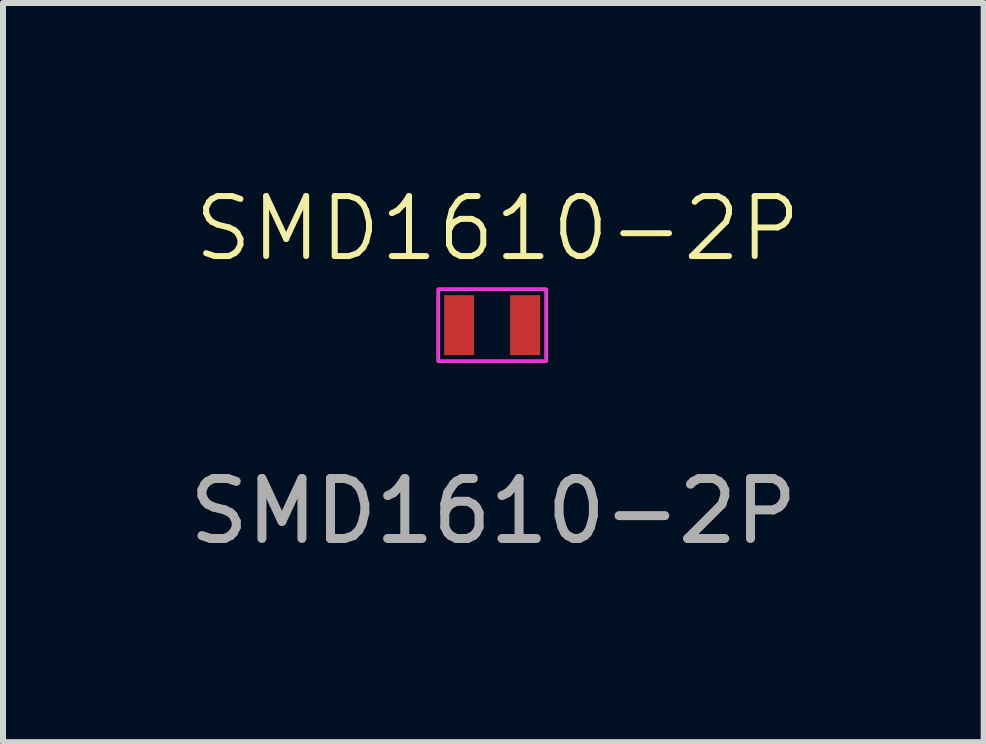
<source format=kicad_pcb>
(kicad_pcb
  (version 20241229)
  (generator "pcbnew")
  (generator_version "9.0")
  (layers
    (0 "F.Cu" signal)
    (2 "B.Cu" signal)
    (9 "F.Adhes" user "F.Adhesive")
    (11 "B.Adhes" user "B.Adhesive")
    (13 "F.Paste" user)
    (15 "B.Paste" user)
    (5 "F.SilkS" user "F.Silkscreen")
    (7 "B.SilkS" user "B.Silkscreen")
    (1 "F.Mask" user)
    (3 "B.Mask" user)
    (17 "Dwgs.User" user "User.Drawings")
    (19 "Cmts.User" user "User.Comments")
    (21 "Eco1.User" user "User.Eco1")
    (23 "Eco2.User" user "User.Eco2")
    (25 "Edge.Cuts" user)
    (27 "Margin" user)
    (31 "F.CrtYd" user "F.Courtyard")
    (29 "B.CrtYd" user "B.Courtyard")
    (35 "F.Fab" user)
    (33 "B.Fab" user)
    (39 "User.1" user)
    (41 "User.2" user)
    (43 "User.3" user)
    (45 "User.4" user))
  (footprint "SMD1610-2P"
    (layer "F.Cu")
    (at 5.153 2.37)
    (property "Reference" "SMD1610-2P" (at 0.09 -1.61 0) (unlocked yes) (layer "F.SilkS") (effects (font (size 1 1) (thickness 0.1))))
    (attr smd)
    (fp_rect (start -0.9 -0.6) (end 0.9 0.6) (stroke (width 0.05) (type default)) (fill no) (layer "F.SilkS"))
    (fp_rect (start -0.9 -0.6) (end 0.9 0.6) (stroke (width 0.05) (type default)) (fill no) (layer "F.CrtYd"))
    (fp_text user "${REFERENCE}" (at 0.02 3.1 0) (unlocked yes) (layer "F.Fab") (effects (font (size 1 1) (thickness 0.15))))
    (pad "1" smd rect (at -0.55 0) (size 0.5 1) (layers "F.Cu" "F.Mask" "F.Paste"))
    (pad "2" smd rect (at 0.55 0) (size 0.5 1) (layers "F.Cu" "F.Mask" "F.Paste")))
  (gr_rect
    (start -3 -3)
    (end 13.345 9.319)
    (stroke (width 0.1) (type default))
    (fill no)
    (layer "Edge.Cuts")))
</source>
